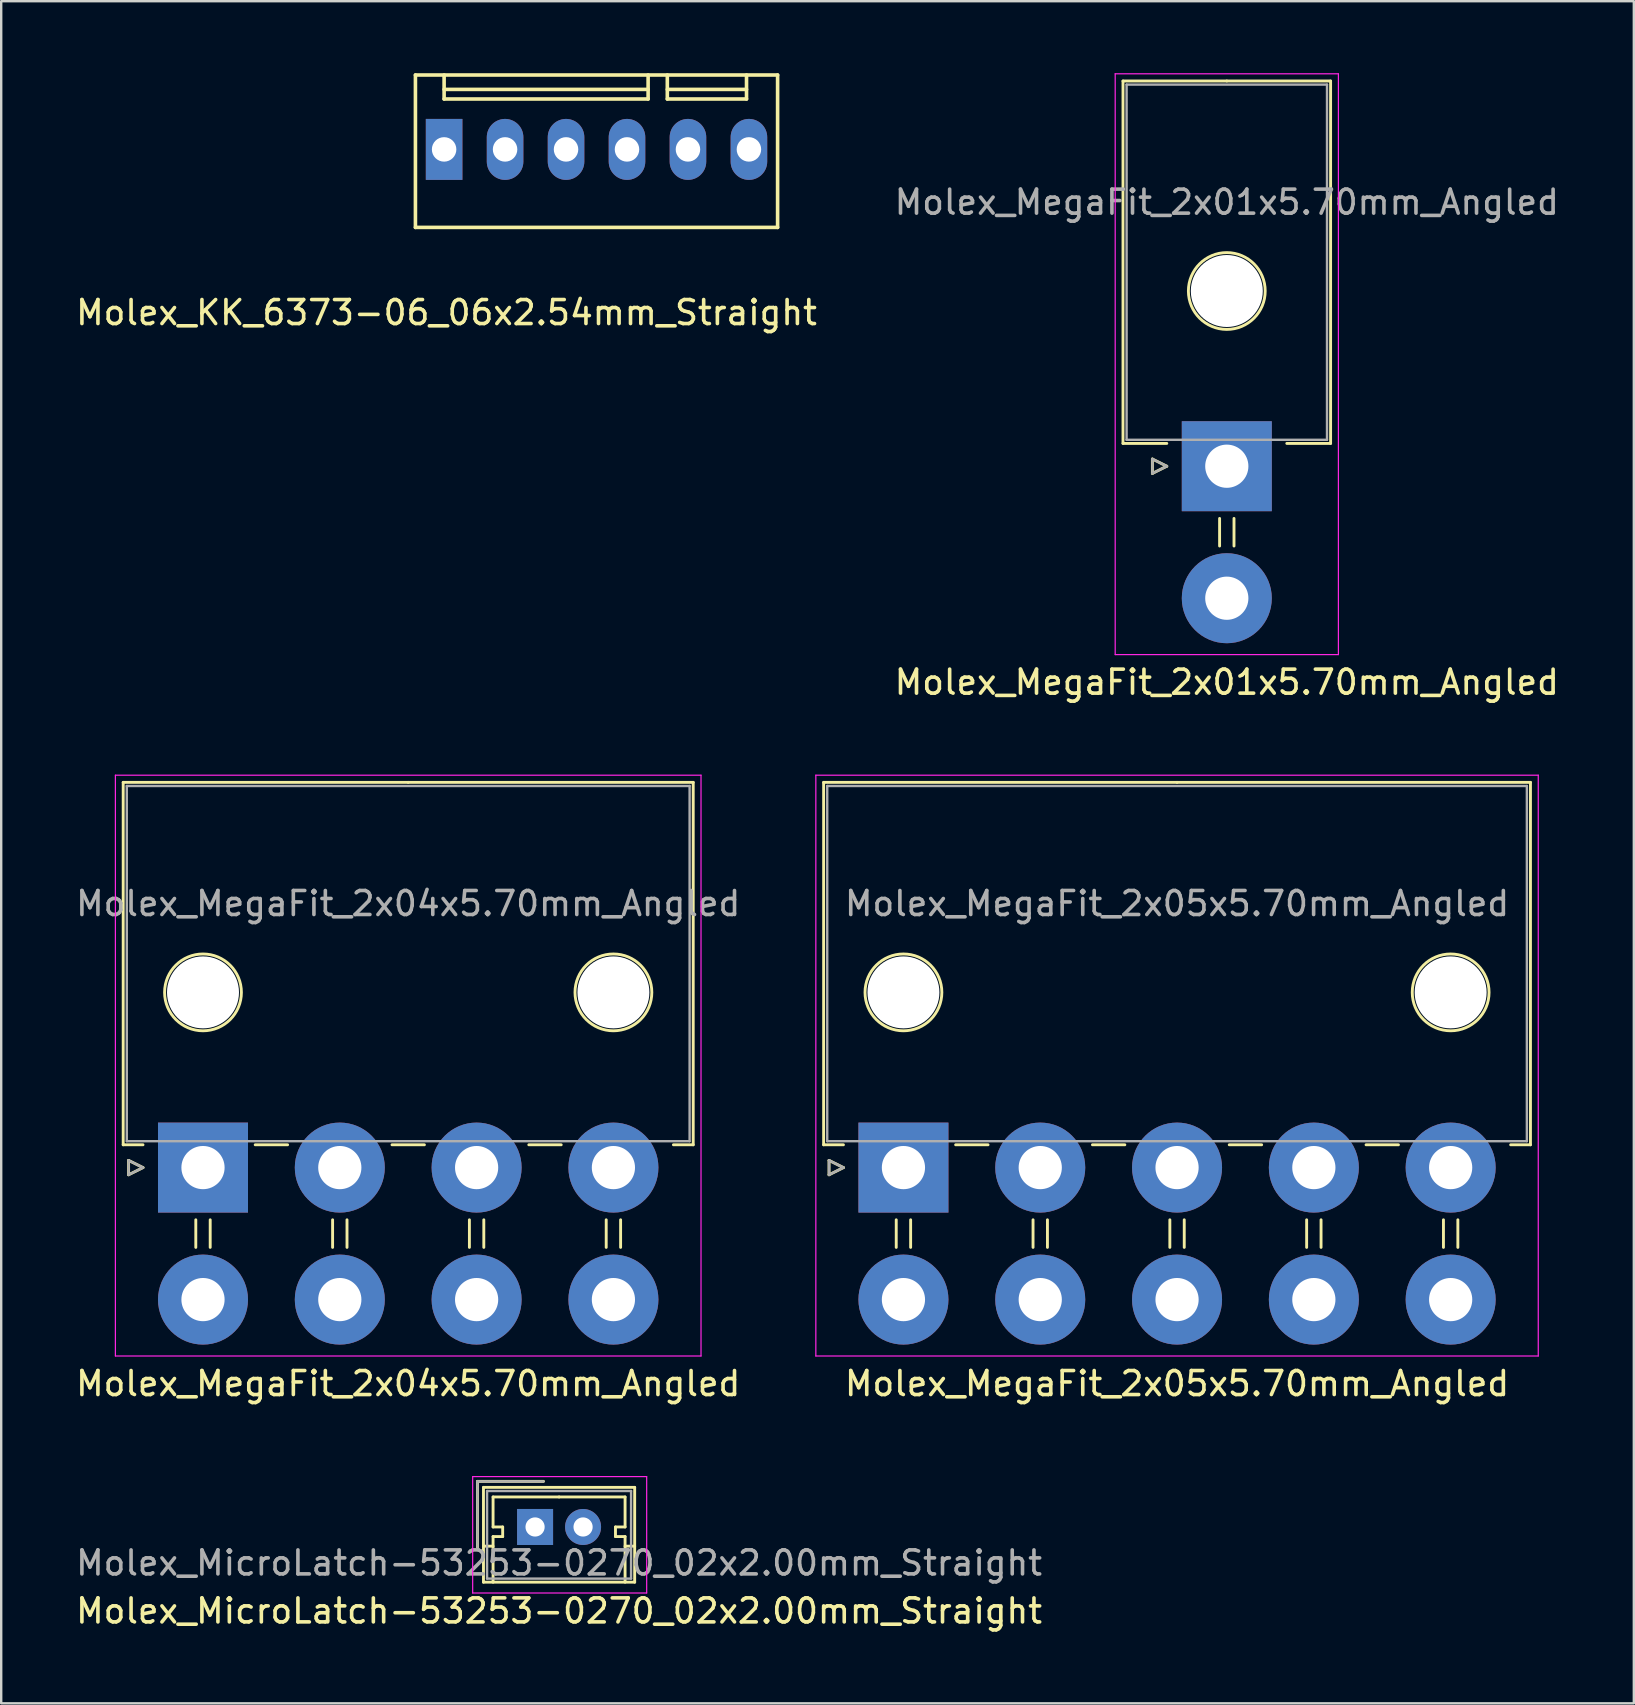
<source format=kicad_pcb>
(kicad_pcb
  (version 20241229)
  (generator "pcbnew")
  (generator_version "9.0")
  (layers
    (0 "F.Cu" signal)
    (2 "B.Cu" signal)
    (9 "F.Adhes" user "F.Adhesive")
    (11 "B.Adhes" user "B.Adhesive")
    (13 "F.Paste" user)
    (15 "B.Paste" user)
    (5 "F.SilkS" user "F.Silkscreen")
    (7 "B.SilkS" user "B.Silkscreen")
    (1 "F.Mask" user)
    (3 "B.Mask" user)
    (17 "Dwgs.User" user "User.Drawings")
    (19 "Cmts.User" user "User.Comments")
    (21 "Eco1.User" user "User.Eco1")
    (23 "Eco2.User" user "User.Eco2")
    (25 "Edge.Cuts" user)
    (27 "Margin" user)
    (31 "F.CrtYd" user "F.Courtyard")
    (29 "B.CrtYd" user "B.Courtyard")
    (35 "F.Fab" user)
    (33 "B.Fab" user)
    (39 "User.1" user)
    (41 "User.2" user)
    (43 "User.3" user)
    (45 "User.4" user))
  (footprint "Molex_MegaFit_2x01x5.70mm_Angled"
    (layer "F.Cu")
    (at 48.065 16.375)
    (property "Reference" "Molex_MegaFit_2x01x5.70mm_Angled" (at 0 9 0) (layer "F.SilkS") (effects (font (size 1 1) (thickness 0.15))))
    (attr through_hole)
    (fp_line (start -4.325 -16.05) (end -4.325 -0.95) (stroke (width 0.12) (type solid)) (layer "F.SilkS"))
    (fp_line (start -4.325 -0.95) (end -2.5 -0.95) (stroke (width 0.12) (type solid)) (layer "F.SilkS"))
    (fp_line (start -3.1 -0.3) (end -2.5 0) (stroke (width 0.12) (type solid)) (layer "F.SilkS"))
    (fp_line (start -3.1 0.3) (end -3.1 -0.3) (stroke (width 0.12) (type solid)) (layer "F.SilkS"))
    (fp_line (start -2.5 0) (end -3.1 0.3) (stroke (width 0.12) (type solid)) (layer "F.SilkS"))
    (fp_line (start -0.3 2.175) (end -0.3 3.325) (stroke (width 0.12) (type solid)) (layer "F.SilkS"))
    (fp_line (start 0 -16.05) (end -4.325 -16.05) (stroke (width 0.12) (type solid)) (layer "F.SilkS"))
    (fp_line (start 0 -16.05) (end 4.325 -16.05) (stroke (width 0.12) (type solid)) (layer "F.SilkS"))
    (fp_line (start 0.3 2.175) (end 0.3 3.325) (stroke (width 0.12) (type solid)) (layer "F.SilkS"))
    (fp_line (start 4.325 -16.05) (end 4.325 -0.95) (stroke (width 0.12) (type solid)) (layer "F.SilkS"))
    (fp_line (start 4.325 -0.95) (end 2.5 -0.95) (stroke (width 0.12) (type solid)) (layer "F.SilkS"))
    (fp_circle (center 0 -7.3) (end 1.6 -7.3) (stroke (width 0.12) (type solid)) (fill no) (layer "F.SilkS"))
    (fp_line (start -4.65 -16.35) (end -4.65 7.85) (stroke (width 0.05) (type solid)) (layer "F.CrtYd"))
    (fp_line (start -4.65 7.85) (end 4.65 7.85) (stroke (width 0.05) (type solid)) (layer "F.CrtYd"))
    (fp_line (start 4.65 -16.35) (end -4.65 -16.35) (stroke (width 0.05) (type solid)) (layer "F.CrtYd"))
    (fp_line (start 4.65 7.85) (end 4.65 -16.35) (stroke (width 0.05) (type solid)) (layer "F.CrtYd"))
    (fp_line (start -4.175 -15.9) (end -4.175 -1.1) (stroke (width 0.1) (type solid)) (layer "F.Fab"))
    (fp_line (start -4.175 -1.1) (end 4.175 -1.1) (stroke (width 0.1) (type solid)) (layer "F.Fab"))
    (fp_line (start -3.1 -0.3) (end -2.5 0) (stroke (width 0.1) (type solid)) (layer "F.Fab"))
    (fp_line (start -3.1 0.3) (end -3.1 -0.3) (stroke (width 0.1) (type solid)) (layer "F.Fab"))
    (fp_line (start -2.5 0) (end -3.1 0.3) (stroke (width 0.1) (type solid)) (layer "F.Fab"))
    (fp_line (start 4.175 -15.9) (end -4.175 -15.9) (stroke (width 0.1) (type solid)) (layer "F.Fab"))
    (fp_line (start 4.175 -1.1) (end 4.175 -15.9) (stroke (width 0.1) (type solid)) (layer "F.Fab"))
    (fp_text user "${REFERENCE}" (at 0 -11 0) (layer "F.Fab") (effects (font (size 1 1) (thickness 0.15))))
    (pad "" np_thru_hole circle (at 0 -7.3) (size 3 3) (drill 3) (layers "*.Cu" "*.Mask"))
    (pad "1" thru_hole rect (at 0 0) (size 3.75 3.75) (drill 1.8) (layers "*.Cu" "*.Mask"))
    (pad "2" thru_hole circle (at 0 5.5) (size 3.75 3.75) (drill 1.8) (layers "*.Cu" "*.Mask")))
  (footprint "Molex_KK_6373-06_06x2.54mm_Straight"
    (layer "F.Cu")
    (at 15.454 3.175)
    (property "Reference" "Molex_KK_6373-06_06x2.54mm_Straight" (at 0.1 6.8 0) (layer "F.SilkS") (effects (font (size 1 1) (thickness 0.15))))
    (attr through_hole)
    (fp_line (start -1.195 -3.1) (end 13.895 -3.1) (stroke (width 0.15) (type solid)) (layer "F.SilkS"))
    (fp_line (start -1.195 3.25) (end -1.195 -3.1) (stroke (width 0.15) (type solid)) (layer "F.SilkS"))
    (fp_line (start 0 -3.1) (end 0 -2.1) (stroke (width 0.15) (type solid)) (layer "F.SilkS"))
    (fp_line (start 0 -2.5) (end 8.5 -2.5) (stroke (width 0.15) (type solid)) (layer "F.SilkS"))
    (fp_line (start 0 -2.1) (end 8.5 -2.1) (stroke (width 0.15) (type solid)) (layer "F.SilkS"))
    (fp_line (start 8.5 -2.1) (end 8.5 -3.1) (stroke (width 0.15) (type solid)) (layer "F.SilkS"))
    (fp_line (start 9.3 -3.1) (end 9.3 -2.1) (stroke (width 0.15) (type solid)) (layer "F.SilkS"))
    (fp_line (start 9.3 -2.5) (end 12.6 -2.5) (stroke (width 0.15) (type solid)) (layer "F.SilkS"))
    (fp_line (start 9.3 -2.1) (end 12.6 -2.1) (stroke (width 0.15) (type solid)) (layer "F.SilkS"))
    (fp_line (start 12.6 -2.1) (end 12.6 -3.1) (stroke (width 0.15) (type solid)) (layer "F.SilkS"))
    (fp_line (start 13.895 -3.1) (end 13.895 3.25) (stroke (width 0.15) (type solid)) (layer "F.SilkS"))
    (fp_line (start 13.895 3.25) (end -1.195 3.25) (stroke (width 0.15) (type solid)) (layer "F.SilkS"))
    (pad "1" thru_hole rect (at 0 0 90) (size 2.54 1.524) (drill 1.02) (layers "*.Cu" "*.Mask"))
    (pad "2" thru_hole oval (at 2.54 0 90) (size 2.54 1.524) (drill 1.02) (layers "*.Cu" "*.Mask"))
    (pad "3" thru_hole oval (at 5.08 0 90) (size 2.54 1.524) (drill 1.02) (layers "*.Cu" "*.Mask"))
    (pad "4" thru_hole oval (at 7.62 0 90) (size 2.54 1.524) (drill 1.02) (layers "*.Cu" "*.Mask"))
    (pad "5" thru_hole oval (at 10.16 0 90) (size 2.54 1.524) (drill 1.02) (layers "*.Cu" "*.Mask"))
    (pad "6" thru_hole oval (at 12.7 0 90) (size 2.54 1.524) (drill 1.02) (layers "*.Cu" "*.Mask")))
  (footprint "Molex_MegaFit_2x04x5.70mm_Angled"
    (layer "F.Cu")
    (at 5.408 45.598)
    (property "Reference" "Molex_MegaFit_2x04x5.70mm_Angled" (at 8.55 9 0) (layer "F.SilkS") (effects (font (size 1 1) (thickness 0.15))))
    (attr through_hole)
    (fp_line (start -3.325 -16.05) (end -3.325 -0.95) (stroke (width 0.12) (type solid)) (layer "F.SilkS"))
    (fp_line (start -3.325 -0.95) (end -2.5 -0.95) (stroke (width 0.12) (type solid)) (layer "F.SilkS"))
    (fp_line (start -3.1 -0.3) (end -2.5 0) (stroke (width 0.12) (type solid)) (layer "F.SilkS"))
    (fp_line (start -3.1 0.3) (end -3.1 -0.3) (stroke (width 0.12) (type solid)) (layer "F.SilkS"))
    (fp_line (start -2.5 0) (end -3.1 0.3) (stroke (width 0.12) (type solid)) (layer "F.SilkS"))
    (fp_line (start -0.3 2.175) (end -0.3 3.325) (stroke (width 0.12) (type solid)) (layer "F.SilkS"))
    (fp_line (start 0.3 2.175) (end 0.3 3.325) (stroke (width 0.12) (type solid)) (layer "F.SilkS"))
    (fp_line (start 2.175 -0.95) (end 3.525 -0.95) (stroke (width 0.12) (type solid)) (layer "F.SilkS"))
    (fp_line (start 5.4 2.175) (end 5.4 3.325) (stroke (width 0.12) (type solid)) (layer "F.SilkS"))
    (fp_line (start 6 2.175) (end 6 3.325) (stroke (width 0.12) (type solid)) (layer "F.SilkS"))
    (fp_line (start 7.875 -0.95) (end 9.225 -0.95) (stroke (width 0.12) (type solid)) (layer "F.SilkS"))
    (fp_line (start 8.55 -16.05) (end -3.325 -16.05) (stroke (width 0.12) (type solid)) (layer "F.SilkS"))
    (fp_line (start 8.55 -16.05) (end 20.425 -16.05) (stroke (width 0.12) (type solid)) (layer "F.SilkS"))
    (fp_line (start 11.1 2.175) (end 11.1 3.325) (stroke (width 0.12) (type solid)) (layer "F.SilkS"))
    (fp_line (start 11.7 2.175) (end 11.7 3.325) (stroke (width 0.12) (type solid)) (layer "F.SilkS"))
    (fp_line (start 13.575 -0.95) (end 14.925 -0.95) (stroke (width 0.12) (type solid)) (layer "F.SilkS"))
    (fp_line (start 16.8 2.175) (end 16.8 3.325) (stroke (width 0.12) (type solid)) (layer "F.SilkS"))
    (fp_line (start 17.4 2.175) (end 17.4 3.325) (stroke (width 0.12) (type solid)) (layer "F.SilkS"))
    (fp_line (start 20.425 -16.05) (end 20.425 -0.95) (stroke (width 0.12) (type solid)) (layer "F.SilkS"))
    (fp_line (start 20.425 -0.95) (end 19.6 -0.95) (stroke (width 0.12) (type solid)) (layer "F.SilkS"))
    (fp_circle (center 0 -7.3) (end 1.6 -7.3) (stroke (width 0.12) (type solid)) (fill no) (layer "F.SilkS"))
    (fp_circle (center 17.1 -7.3) (end 18.7 -7.3) (stroke (width 0.12) (type solid)) (fill no) (layer "F.SilkS"))
    (fp_line (start -3.65 -16.35) (end -3.65 7.85) (stroke (width 0.05) (type solid)) (layer "F.CrtYd"))
    (fp_line (start -3.65 7.85) (end 20.75 7.85) (stroke (width 0.05) (type solid)) (layer "F.CrtYd"))
    (fp_line (start 20.75 -16.35) (end -3.65 -16.35) (stroke (width 0.05) (type solid)) (layer "F.CrtYd"))
    (fp_line (start 20.75 7.85) (end 20.75 -16.35) (stroke (width 0.05) (type solid)) (layer "F.CrtYd"))
    (fp_line (start -3.175 -15.9) (end -3.175 -1.1) (stroke (width 0.1) (type solid)) (layer "F.Fab"))
    (fp_line (start -3.175 -1.1) (end 20.275 -1.1) (stroke (width 0.1) (type solid)) (layer "F.Fab"))
    (fp_line (start -3.1 -0.3) (end -2.5 0) (stroke (width 0.1) (type solid)) (layer "F.Fab"))
    (fp_line (start -3.1 0.3) (end -3.1 -0.3) (stroke (width 0.1) (type solid)) (layer "F.Fab"))
    (fp_line (start -2.5 0) (end -3.1 0.3) (stroke (width 0.1) (type solid)) (layer "F.Fab"))
    (fp_line (start 20.275 -15.9) (end -3.175 -15.9) (stroke (width 0.1) (type solid)) (layer "F.Fab"))
    (fp_line (start 20.275 -1.1) (end 20.275 -15.9) (stroke (width 0.1) (type solid)) (layer "F.Fab"))
    (fp_text user "${REFERENCE}" (at 8.55 -11 0) (layer "F.Fab") (effects (font (size 1 1) (thickness 0.15))))
    (pad "" np_thru_hole circle (at 0 -7.3) (size 3 3) (drill 3) (layers "*.Cu" "*.Mask"))
    (pad "" np_thru_hole circle (at 17.1 -7.3) (size 3 3) (drill 3) (layers "*.Cu" "*.Mask"))
    (pad "1" thru_hole rect (at 0 0) (size 3.75 3.75) (drill 1.8) (layers "*.Cu" "*.Mask"))
    (pad "2" thru_hole circle (at 5.7 0) (size 3.75 3.75) (drill 1.8) (layers "*.Cu" "*.Mask"))
    (pad "3" thru_hole circle (at 11.4 0) (size 3.75 3.75) (drill 1.8) (layers "*.Cu" "*.Mask"))
    (pad "4" thru_hole circle (at 17.1 0) (size 3.75 3.75) (drill 1.8) (layers "*.Cu" "*.Mask"))
    (pad "5" thru_hole circle (at 0 5.5) (size 3.75 3.75) (drill 1.8) (layers "*.Cu" "*.Mask"))
    (pad "6" thru_hole circle (at 5.7 5.5) (size 3.75 3.75) (drill 1.8) (layers "*.Cu" "*.Mask"))
    (pad "7" thru_hole circle (at 11.4 5.5) (size 3.75 3.75) (drill 1.8) (layers "*.Cu" "*.Mask"))
    (pad "8" thru_hole circle (at 17.1 5.5) (size 3.75 3.75) (drill 1.8) (layers "*.Cu" "*.Mask")))
  (footprint "Molex_MegaFit_2x05x5.70mm_Angled"
    (layer "F.Cu")
    (at 34.592 45.598)
    (property "Reference" "Molex_MegaFit_2x05x5.70mm_Angled" (at 11.4 9 0) (layer "F.SilkS") (effects (font (size 1 1) (thickness 0.15))))
    (attr through_hole)
    (fp_line (start -3.325 -16.05) (end -3.325 -0.95) (stroke (width 0.12) (type solid)) (layer "F.SilkS"))
    (fp_line (start -3.325 -0.95) (end -2.5 -0.95) (stroke (width 0.12) (type solid)) (layer "F.SilkS"))
    (fp_line (start -3.1 -0.3) (end -2.5 0) (stroke (width 0.12) (type solid)) (layer "F.SilkS"))
    (fp_line (start -3.1 0.3) (end -3.1 -0.3) (stroke (width 0.12) (type solid)) (layer "F.SilkS"))
    (fp_line (start -2.5 0) (end -3.1 0.3) (stroke (width 0.12) (type solid)) (layer "F.SilkS"))
    (fp_line (start -0.3 2.175) (end -0.3 3.325) (stroke (width 0.12) (type solid)) (layer "F.SilkS"))
    (fp_line (start 0.3 2.175) (end 0.3 3.325) (stroke (width 0.12) (type solid)) (layer "F.SilkS"))
    (fp_line (start 2.175 -0.95) (end 3.525 -0.95) (stroke (width 0.12) (type solid)) (layer "F.SilkS"))
    (fp_line (start 5.4 2.175) (end 5.4 3.325) (stroke (width 0.12) (type solid)) (layer "F.SilkS"))
    (fp_line (start 6 2.175) (end 6 3.325) (stroke (width 0.12) (type solid)) (layer "F.SilkS"))
    (fp_line (start 7.875 -0.95) (end 9.225 -0.95) (stroke (width 0.12) (type solid)) (layer "F.SilkS"))
    (fp_line (start 11.1 2.175) (end 11.1 3.325) (stroke (width 0.12) (type solid)) (layer "F.SilkS"))
    (fp_line (start 11.4 -16.05) (end -3.325 -16.05) (stroke (width 0.12) (type solid)) (layer "F.SilkS"))
    (fp_line (start 11.4 -16.05) (end 26.125 -16.05) (stroke (width 0.12) (type solid)) (layer "F.SilkS"))
    (fp_line (start 11.7 2.175) (end 11.7 3.325) (stroke (width 0.12) (type solid)) (layer "F.SilkS"))
    (fp_line (start 13.575 -0.95) (end 14.925 -0.95) (stroke (width 0.12) (type solid)) (layer "F.SilkS"))
    (fp_line (start 16.8 2.175) (end 16.8 3.325) (stroke (width 0.12) (type solid)) (layer "F.SilkS"))
    (fp_line (start 17.4 2.175) (end 17.4 3.325) (stroke (width 0.12) (type solid)) (layer "F.SilkS"))
    (fp_line (start 19.275 -0.95) (end 20.625 -0.95) (stroke (width 0.12) (type solid)) (layer "F.SilkS"))
    (fp_line (start 22.5 2.175) (end 22.5 3.325) (stroke (width 0.12) (type solid)) (layer "F.SilkS"))
    (fp_line (start 23.1 2.175) (end 23.1 3.325) (stroke (width 0.12) (type solid)) (layer "F.SilkS"))
    (fp_line (start 26.125 -16.05) (end 26.125 -0.95) (stroke (width 0.12) (type solid)) (layer "F.SilkS"))
    (fp_line (start 26.125 -0.95) (end 25.3 -0.95) (stroke (width 0.12) (type solid)) (layer "F.SilkS"))
    (fp_circle (center 0 -7.3) (end 1.6 -7.3) (stroke (width 0.12) (type solid)) (fill no) (layer "F.SilkS"))
    (fp_circle (center 22.8 -7.3) (end 24.4 -7.3) (stroke (width 0.12) (type solid)) (fill no) (layer "F.SilkS"))
    (fp_line (start -3.65 -16.35) (end -3.65 7.85) (stroke (width 0.05) (type solid)) (layer "F.CrtYd"))
    (fp_line (start -3.65 7.85) (end 26.45 7.85) (stroke (width 0.05) (type solid)) (layer "F.CrtYd"))
    (fp_line (start 26.45 -16.35) (end -3.65 -16.35) (stroke (width 0.05) (type solid)) (layer "F.CrtYd"))
    (fp_line (start 26.45 7.85) (end 26.45 -16.35) (stroke (width 0.05) (type solid)) (layer "F.CrtYd"))
    (fp_line (start -3.175 -15.9) (end -3.175 -1.1) (stroke (width 0.1) (type solid)) (layer "F.Fab"))
    (fp_line (start -3.175 -1.1) (end 25.975 -1.1) (stroke (width 0.1) (type solid)) (layer "F.Fab"))
    (fp_line (start -3.1 -0.3) (end -2.5 0) (stroke (width 0.1) (type solid)) (layer "F.Fab"))
    (fp_line (start -3.1 0.3) (end -3.1 -0.3) (stroke (width 0.1) (type solid)) (layer "F.Fab"))
    (fp_line (start -2.5 0) (end -3.1 0.3) (stroke (width 0.1) (type solid)) (layer "F.Fab"))
    (fp_line (start 25.975 -15.9) (end -3.175 -15.9) (stroke (width 0.1) (type solid)) (layer "F.Fab"))
    (fp_line (start 25.975 -1.1) (end 25.975 -15.9) (stroke (width 0.1) (type solid)) (layer "F.Fab"))
    (fp_text user "${REFERENCE}" (at 11.4 -11 0) (layer "F.Fab") (effects (font (size 1 1) (thickness 0.15))))
    (pad "" np_thru_hole circle (at 0 -7.3) (size 3 3) (drill 3) (layers "*.Cu" "*.Mask"))
    (pad "" np_thru_hole circle (at 22.8 -7.3) (size 3 3) (drill 3) (layers "*.Cu" "*.Mask"))
    (pad "1" thru_hole rect (at 0 0) (size 3.75 3.75) (drill 1.8) (layers "*.Cu" "*.Mask"))
    (pad "2" thru_hole circle (at 5.7 0) (size 3.75 3.75) (drill 1.8) (layers "*.Cu" "*.Mask"))
    (pad "3" thru_hole circle (at 11.4 0) (size 3.75 3.75) (drill 1.8) (layers "*.Cu" "*.Mask"))
    (pad "4" thru_hole circle (at 17.1 0) (size 3.75 3.75) (drill 1.8) (layers "*.Cu" "*.Mask"))
    (pad "5" thru_hole circle (at 22.8 0) (size 3.75 3.75) (drill 1.8) (layers "*.Cu" "*.Mask"))
    (pad "6" thru_hole circle (at 0 5.5) (size 3.75 3.75) (drill 1.8) (layers "*.Cu" "*.Mask"))
    (pad "7" thru_hole circle (at 5.7 5.5) (size 3.75 3.75) (drill 1.8) (layers "*.Cu" "*.Mask"))
    (pad "8" thru_hole circle (at 11.4 5.5) (size 3.75 3.75) (drill 1.8) (layers "*.Cu" "*.Mask"))
    (pad "9" thru_hole circle (at 17.1 5.5) (size 3.75 3.75) (drill 1.8) (layers "*.Cu" "*.Mask"))
    (pad "10" thru_hole circle (at 22.8 5.5) (size 3.75 3.75) (drill 1.8) (layers "*.Cu" "*.Mask")))
  (footprint "Molex_MicroLatch-53253-0270_02x2.00mm_Straight"
    (layer "F.Cu")
    (at 19.244 60.572)
    (property "Reference" "Molex_MicroLatch-53253-0270_02x2.00mm_Straight" (at 1 3.5 0) (layer "F.SilkS") (effects (font (size 1 1) (thickness 0.15))))
    (attr through_hole)
    (fp_line (start -2.4 -1.9) (end -2.4 0.85) (stroke (width 0.12) (type solid)) (layer "F.SilkS"))
    (fp_line (start -2.15 -1.65) (end -2.15 2.3) (stroke (width 0.12) (type solid)) (layer "F.SilkS"))
    (fp_line (start -2.15 0.8) (end -1.75 0.8) (stroke (width 0.12) (type solid)) (layer "F.SilkS"))
    (fp_line (start -2.15 2.3) (end 4.15 2.3) (stroke (width 0.12) (type solid)) (layer "F.SilkS"))
    (fp_line (start -1.75 -1.25) (end -1.75 0) (stroke (width 0.12) (type solid)) (layer "F.SilkS"))
    (fp_line (start -1.75 0) (end -1.35 0) (stroke (width 0.12) (type solid)) (layer "F.SilkS"))
    (fp_line (start -1.75 0.4) (end -1.75 2.3) (stroke (width 0.12) (type solid)) (layer "F.SilkS"))
    (fp_line (start -1.35 0) (end -1.35 0.4) (stroke (width 0.12) (type solid)) (layer "F.SilkS"))
    (fp_line (start -1.35 0.4) (end -1.75 0.4) (stroke (width 0.12) (type solid)) (layer "F.SilkS"))
    (fp_line (start 0.35 -1.9) (end -2.4 -1.9) (stroke (width 0.12) (type solid)) (layer "F.SilkS"))
    (fp_line (start 1 -1.25) (end -1.75 -1.25) (stroke (width 0.12) (type solid)) (layer "F.SilkS"))
    (fp_line (start 1 -1.25) (end 3.75 -1.25) (stroke (width 0.12) (type solid)) (layer "F.SilkS"))
    (fp_line (start 3.35 0) (end 3.35 0.4) (stroke (width 0.12) (type solid)) (layer "F.SilkS"))
    (fp_line (start 3.35 0.4) (end 3.75 0.4) (stroke (width 0.12) (type solid)) (layer "F.SilkS"))
    (fp_line (start 3.75 -1.25) (end 3.75 0) (stroke (width 0.12) (type solid)) (layer "F.SilkS"))
    (fp_line (start 3.75 0) (end 3.35 0) (stroke (width 0.12) (type solid)) (layer "F.SilkS"))
    (fp_line (start 3.75 0.4) (end 3.75 2.3) (stroke (width 0.12) (type solid)) (layer "F.SilkS"))
    (fp_line (start 4.15 -1.65) (end -2.15 -1.65) (stroke (width 0.12) (type solid)) (layer "F.SilkS"))
    (fp_line (start 4.15 0.8) (end 3.75 0.8) (stroke (width 0.12) (type solid)) (layer "F.SilkS"))
    (fp_line (start 4.15 2.3) (end 4.15 -1.65) (stroke (width 0.12) (type solid)) (layer "F.SilkS"))
    (fp_line (start -2.6 -2.1) (end -2.6 2.75) (stroke (width 0.05) (type solid)) (layer "F.CrtYd"))
    (fp_line (start -2.6 2.75) (end 4.65 2.75) (stroke (width 0.05) (type solid)) (layer "F.CrtYd"))
    (fp_line (start 4.65 -2.1) (end -2.6 -2.1) (stroke (width 0.05) (type solid)) (layer "F.CrtYd"))
    (fp_line (start 4.65 2.75) (end 4.65 -2.1) (stroke (width 0.05) (type solid)) (layer "F.CrtYd"))
    (fp_line (start -2.4 -1.9) (end -2.4 0.85) (stroke (width 0.1) (type solid)) (layer "F.Fab"))
    (fp_line (start -2 -1.5) (end -2 2.15) (stroke (width 0.1) (type solid)) (layer "F.Fab"))
    (fp_line (start -2 2.15) (end 4 2.15) (stroke (width 0.1) (type solid)) (layer "F.Fab"))
    (fp_line (start 0.35 -1.9) (end -2.4 -1.9) (stroke (width 0.1) (type solid)) (layer "F.Fab"))
    (fp_line (start 4 -1.5) (end -2 -1.5) (stroke (width 0.1) (type solid)) (layer "F.Fab"))
    (fp_line (start 4 2.15) (end 4 -1.5) (stroke (width 0.1) (type solid)) (layer "F.Fab"))
    (fp_text user "${REFERENCE}" (at 1 1.5 0) (layer "F.Fab") (effects (font (size 1 1) (thickness 0.15))))
    (pad "1" thru_hole rect (at 0 0) (size 1.5 1.5) (drill 0.8) (layers "*.Cu" "*.Mask"))
    (pad "2" thru_hole circle (at 2 0) (size 1.5 1.5) (drill 0.8) (layers "*.Cu" "*.Mask")))
  (gr_rect
    (start -3 -3)
    (end 65.024 67.92)
    (stroke (width 0.1) (type default))
    (fill no)
    (layer "Edge.Cuts")))
</source>
